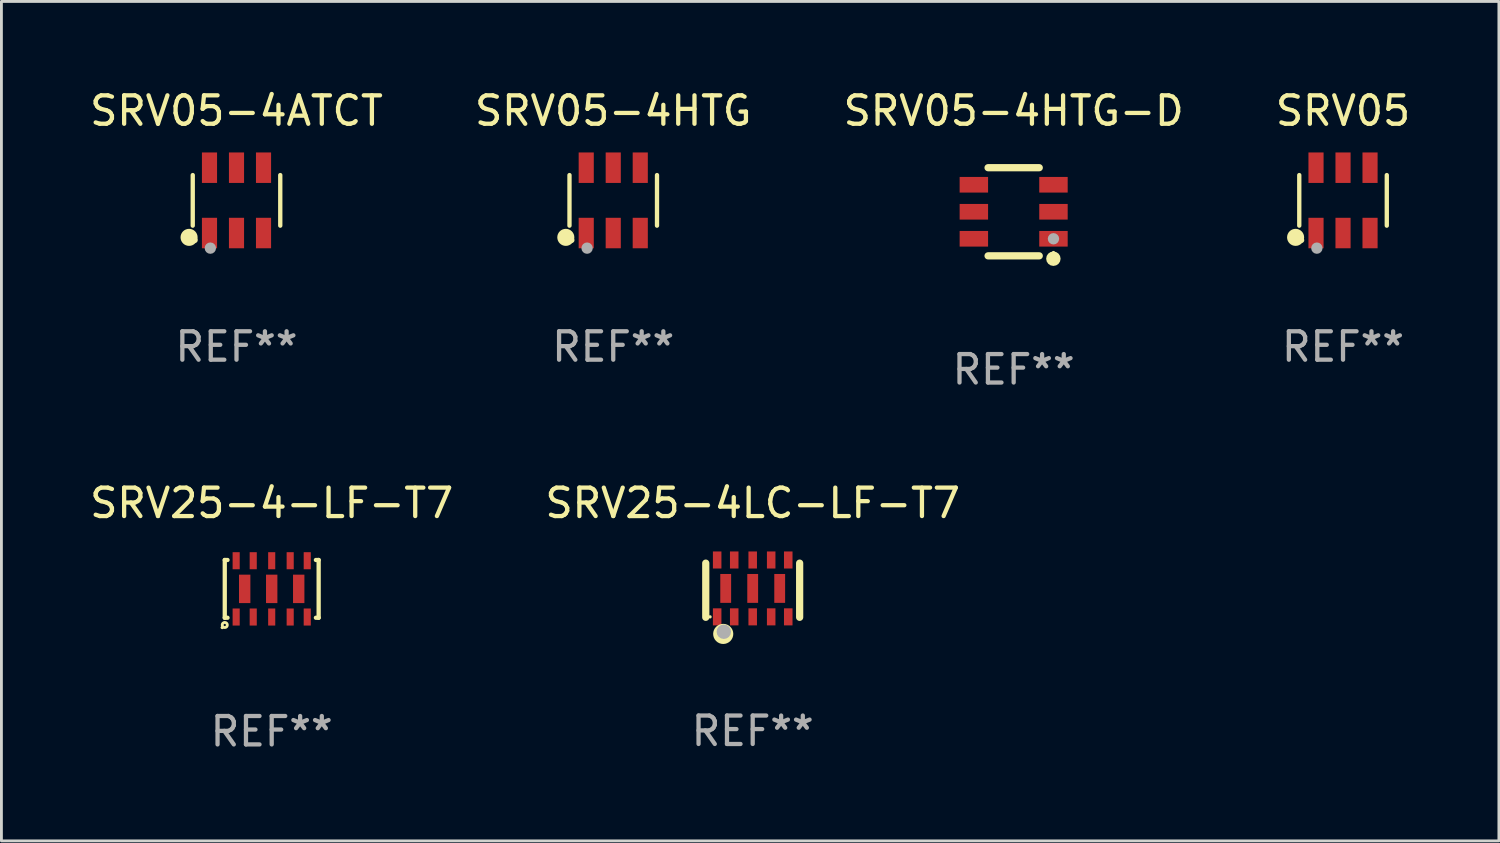
<source format=kicad_pcb>
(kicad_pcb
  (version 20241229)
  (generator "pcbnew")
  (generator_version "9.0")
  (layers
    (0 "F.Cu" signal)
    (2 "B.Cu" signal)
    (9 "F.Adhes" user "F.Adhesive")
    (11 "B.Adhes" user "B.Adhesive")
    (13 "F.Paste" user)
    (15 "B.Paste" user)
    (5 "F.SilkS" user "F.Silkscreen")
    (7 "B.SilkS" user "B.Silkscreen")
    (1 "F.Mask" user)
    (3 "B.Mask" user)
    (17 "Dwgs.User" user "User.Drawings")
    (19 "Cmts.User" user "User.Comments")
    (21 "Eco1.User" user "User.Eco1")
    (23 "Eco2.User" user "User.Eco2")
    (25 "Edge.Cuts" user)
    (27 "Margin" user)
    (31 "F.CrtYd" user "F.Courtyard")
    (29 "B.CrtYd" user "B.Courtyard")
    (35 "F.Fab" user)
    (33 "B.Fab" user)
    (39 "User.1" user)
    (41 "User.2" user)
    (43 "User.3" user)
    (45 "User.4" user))
  (footprint "SRV05-4HTG"
    (layer "F.Cu")
    (at 18.518 3.997)
    (property "Reference" "SRV05-4HTG" (at 0 -3.149 0) (layer "F.SilkS") (effects (font (size 1 1) (thickness 0.15))))
    (attr through_hole)
    (fp_line (start -1.539 0.889) (end -1.539 -0.889) (stroke (width 0.152) (type solid)) (layer "F.SilkS"))
    (fp_line (start 1.539 0.889) (end 1.539 -0.889) (stroke (width 0.152) (type solid)) (layer "F.SilkS"))
    (fp_circle (center -1.668 1.301) (end -1.518 1.301) (stroke (width 0.3) (type solid)) (fill no) (layer "F.SilkS"))
    (fp_circle (center -1.463 1.4) (end -1.413 1.4) (stroke (width 0.1) (type solid)) (fill no) (layer "F.SilkS"))
    (fp_circle (center -0.92 1.68) (end -0.82 1.68) (stroke (width 0.2) (type solid)) (fill no) (layer "F.Fab"))
    (fp_text user "REF**" (at 0 5.149 0) (layer "F.Fab") (effects (font (size 1 1) (thickness 0.15))))
    (pad "1" smd rect (at -0.95 1.149) (size 0.532 1.072) (layers "F.Cu" "F.Mask" "F.Paste"))
    (pad "2" smd rect (at 0 1.149) (size 0.532 1.072) (layers "F.Cu" "F.Mask" "F.Paste"))
    (pad "3" smd rect (at 0.95 1.149) (size 0.532 1.072) (layers "F.Cu" "F.Mask" "F.Paste"))
    (pad "4" smd rect (at 0.95 -1.149) (size 0.532 1.072) (layers "F.Cu" "F.Mask" "F.Paste"))
    (pad "5" smd rect (at 0 -1.149) (size 0.532 1.072) (layers "F.Cu" "F.Mask" "F.Paste"))
    (pad "6" smd rect (at -0.95 -1.149) (size 0.532 1.072) (layers "F.Cu" "F.Mask" "F.Paste")))
  (footprint "SRV05-4HTG-D"
    (layer "F.Cu")
    (at 32.601 4.398)
    (property "Reference" "SRV05-4HTG-D" (at 0 -3.55 0) (layer "F.SilkS") (effects (font (size 1 1) (thickness 0.15))))
    (attr through_hole)
    (fp_line (start -0.9 -1.55) (end 0.9 -1.55) (stroke (width 0.254) (type solid)) (layer "F.SilkS"))
    (fp_line (start -0.9 1.55) (end 0.9 1.55) (stroke (width 0.254) (type solid)) (layer "F.SilkS"))
    (fp_circle (center 1.397 1.651) (end 1.524 1.651) (stroke (width 0.254) (type solid)) (fill no) (layer "F.SilkS"))
    (fp_circle (center 1.4 1.435) (end 1.43 1.435) (stroke (width 0.06) (type solid)) (fill no) (layer "F.SilkS"))
    (fp_circle (center 1.4 0.95) (end 1.5 0.95) (stroke (width 0.2) (type solid)) (fill no) (layer "F.Fab"))
    (fp_text user "REF**" (at 0 5.55 0) (layer "F.Fab") (effects (font (size 1 1) (thickness 0.15))))
    (pad "1" smd rect (at 1.4 0.95) (size 1 0.55) (layers "F.Cu" "F.Mask" "F.Paste"))
    (pad "2" smd rect (at 1.4 -0.000102) (size 1 0.55) (layers "F.Cu" "F.Mask" "F.Paste"))
    (pad "3" smd rect (at 1.4 -0.95) (size 1 0.55) (layers "F.Cu" "F.Mask" "F.Paste"))
    (pad "4" smd rect (at -1.4 -0.95) (size 1 0.55) (layers "F.Cu" "F.Mask" "F.Paste"))
    (pad "5" smd rect (at -1.4 -0.000102) (size 1 0.55) (layers "F.Cu" "F.Mask" "F.Paste"))
    (pad "6" smd rect (at -1.4 0.95) (size 1 0.55) (layers "F.Cu" "F.Mask" "F.Paste")))
  (footprint "SRV05-4ATCT"
    (layer "F.Cu")
    (at 5.268 3.997)
    (property "Reference" "SRV05-4ATCT" (at 0 -3.149 0) (layer "F.SilkS") (effects (font (size 1 1) (thickness 0.15))))
    (attr through_hole)
    (fp_line (start -1.539 0.889) (end -1.539 -0.889) (stroke (width 0.152) (type solid)) (layer "F.SilkS"))
    (fp_line (start 1.539 0.889) (end 1.539 -0.889) (stroke (width 0.152) (type solid)) (layer "F.SilkS"))
    (fp_circle (center -1.668 1.301) (end -1.518 1.301) (stroke (width 0.3) (type solid)) (fill no) (layer "F.SilkS"))
    (fp_circle (center -1.463 1.4) (end -1.413 1.4) (stroke (width 0.1) (type solid)) (fill no) (layer "F.SilkS"))
    (fp_circle (center -0.92 1.68) (end -0.82 1.68) (stroke (width 0.2) (type solid)) (fill no) (layer "F.Fab"))
    (fp_text user "REF**" (at 0 5.149 0) (layer "F.Fab") (effects (font (size 1 1) (thickness 0.15))))
    (pad "1" smd rect (at -0.95 1.149) (size 0.532 1.072) (layers "F.Cu" "F.Mask" "F.Paste"))
    (pad "2" smd rect (at 0 1.149) (size 0.532 1.072) (layers "F.Cu" "F.Mask" "F.Paste"))
    (pad "3" smd rect (at 0.95 1.149) (size 0.532 1.072) (layers "F.Cu" "F.Mask" "F.Paste"))
    (pad "4" smd rect (at 0.95 -1.149) (size 0.532 1.072) (layers "F.Cu" "F.Mask" "F.Paste"))
    (pad "5" smd rect (at 0 -1.149) (size 0.532 1.072) (layers "F.Cu" "F.Mask" "F.Paste"))
    (pad "6" smd rect (at -0.95 -1.149) (size 0.532 1.072) (layers "F.Cu" "F.Mask" "F.Paste")))
  (footprint "SRV25-4LC-LF-T7"
    (layer "F.Cu")
    (at 23.423 17.653)
    (property "Reference" "SRV25-4LC-LF-T7" (at 0 -3.008 0) (layer "F.SilkS") (effects (font (size 1 1) (thickness 0.15))))
    (attr through_hole)
    (fp_line (start -1.651 -0.897) (end -1.651 1.008) (stroke (width 0.254) (type solid)) (layer "F.SilkS"))
    (fp_line (start 1.651 -0.897) (end 1.651 1.008) (stroke (width 0.254) (type solid)) (layer "F.SilkS"))
    (fp_circle (center -1.5 0.992) (end -1.47 0.992) (stroke (width 0.06) (type solid)) (fill no) (layer "F.SilkS"))
    (fp_circle (center -1.037 1.592) (end -0.937 1.592) (stroke (width 0.254) (type solid)) (fill no) (layer "F.SilkS"))
    (fp_circle (center -1.016 1.516) (end -0.889 1.516) (stroke (width 0.254) (type solid)) (fill no) (layer "F.Fab"))
    (fp_text user "REF**" (at 0 5.008 0) (layer "F.Fab") (effects (font (size 1 1) (thickness 0.15))))
    (pad "1" smd rect (at -1.25 0.992) (size 0.3 0.6) (layers "F.Cu" "F.Mask" "F.Paste"))
    (pad "2" smd rect (at -0.65 0.992) (size 0.3 0.6) (layers "F.Cu" "F.Mask" "F.Paste"))
    (pad "3" smd rect (at -0.00014 0.992) (size 0.3 0.6) (layers "F.Cu" "F.Mask" "F.Paste"))
    (pad "4" smd rect (at 0.65 0.992) (size 0.3 0.6) (layers "F.Cu" "F.Mask" "F.Paste"))
    (pad "5" smd rect (at 1.25 0.992) (size 0.3 0.6) (layers "F.Cu" "F.Mask" "F.Paste"))
    (pad "6" smd rect (at 1.25 -1.008) (size 0.3 0.6) (layers "F.Cu" "F.Mask" "F.Paste"))
    (pad "7" smd rect (at 0.65 -1.008) (size 0.3 0.6) (layers "F.Cu" "F.Mask" "F.Paste"))
    (pad "8" smd rect (at -0.00014 -1.008) (size 0.3 0.6) (layers "F.Cu" "F.Mask" "F.Paste"))
    (pad "9" smd rect (at -0.65 -1.008) (size 0.3 0.6) (layers "F.Cu" "F.Mask" "F.Paste"))
    (pad "10" smd rect (at -1.25 -1.008) (size 0.3 0.6) (layers "F.Cu" "F.Mask" "F.Paste"))
    (pad "11" smd custom (at 0.95 -0.008) (size 0.381 1.016) (layers "F.Cu" "F.Mask" "F.Paste") (options (anchor circle)) (primitives (gr_poly (pts (xy -0.191 -0.508) (xy 0.19 -0.508) (xy 0.19 0.508) (xy -0.191 0.508)) (width 0) (fill yes))))
    (pad "12" smd custom (at 0.000114 -0.008) (size 0.381 1.016) (layers "F.Cu" "F.Mask" "F.Paste") (options (anchor circle)) (primitives (gr_poly (pts (xy -0.191 -0.508) (xy 0.19 -0.508) (xy 0.19 0.508) (xy -0.191 0.508)) (width 0) (fill yes))))
    (pad "13" smd custom (at -0.95 -0.008) (size 0.381 1.016) (layers "F.Cu" "F.Mask" "F.Paste") (options (anchor circle)) (primitives (gr_poly (pts (xy -0.19 -0.508) (xy 0.191 -0.508) (xy 0.191 0.508) (xy -0.19 0.508)) (width 0) (fill yes)))))
  (footprint "SRV25-4-LF-T7"
    (layer "F.Cu")
    (at 6.506 17.661)
    (property "Reference" "SRV25-4-LF-T7" (at 0 -3.016 0) (layer "F.SilkS") (effects (font (size 1 1) (thickness 0.15))))
    (attr through_hole)
    (fp_line (start -1.651 -1.016) (end -1.651 1.016) (stroke (width 0.15) (type solid)) (layer "F.SilkS"))
    (fp_line (start -1.651 1.016) (end -1.554 1.016) (stroke (width 0.15) (type solid)) (layer "F.SilkS"))
    (fp_line (start -1.554 -1.016) (end -1.651 -1.016) (stroke (width 0.15) (type solid)) (layer "F.SilkS"))
    (fp_line (start 1.554 1.016) (end 1.651 1.016) (stroke (width 0.15) (type solid)) (layer "F.SilkS"))
    (fp_line (start 1.651 -1.016) (end 1.554 -1.016) (stroke (width 0.15) (type solid)) (layer "F.SilkS"))
    (fp_line (start 1.651 1.016) (end 1.651 -1.016) (stroke (width 0.15) (type solid)) (layer "F.SilkS"))
    (fp_circle (center -1.741 1.36) (end -1.711 1.36) (stroke (width 0.06) (type solid)) (fill no) (layer "F.SilkS"))
    (fp_circle (center -1.651 1.27) (end -1.611 1.27) (stroke (width 0.1) (type solid)) (fill no) (layer "F.SilkS"))
    (fp_text user "REF**" (at 0 5.016 0) (layer "F.Fab") (effects (font (size 1 1) (thickness 0.15))))
    (pad "1" smd rect (at -1.25 0.99) (size 0.25 0.6) (layers "F.Cu" "F.Mask" "F.Paste"))
    (pad "2" smd rect (at -0.65 0.99) (size 0.25 0.6) (layers "F.Cu" "F.Mask" "F.Paste"))
    (pad "3" smd rect (at 0 0.99) (size 0.25 0.6) (layers "F.Cu" "F.Mask" "F.Paste"))
    (pad "4" smd rect (at 0.65 0.99) (size 0.25 0.6) (layers "F.Cu" "F.Mask" "F.Paste"))
    (pad "5" smd rect (at 1.25 0.99) (size 0.25 0.6) (layers "F.Cu" "F.Mask" "F.Paste"))
    (pad "6" smd rect (at 1.25 -0.99) (size 0.25 0.6) (layers "F.Cu" "F.Mask" "F.Paste"))
    (pad "7" smd rect (at 0.65 -0.99) (size 0.25 0.6) (layers "F.Cu" "F.Mask" "F.Paste"))
    (pad "8" smd rect (at 0 -0.99) (size 0.25 0.6) (layers "F.Cu" "F.Mask" "F.Paste"))
    (pad "9" smd rect (at -0.65 -0.99) (size 0.25 0.6) (layers "F.Cu" "F.Mask" "F.Paste"))
    (pad "10" smd rect (at -1.25 -0.99) (size 0.25 0.6) (layers "F.Cu" "F.Mask" "F.Paste"))
    (pad "11" smd rect (at -0.95 0) (size 0.4 1) (layers "F.Cu" "F.Mask" "F.Paste"))
    (pad "12" smd rect (at 0 0) (size 0.4 1) (layers "F.Cu" "F.Mask" "F.Paste"))
    (pad "13" smd rect (at 0.95 0) (size 0.4 1) (layers "F.Cu" "F.Mask" "F.Paste")))
  (footprint "SRV05"
    (layer "F.Cu")
    (at 44.185 3.997)
    (property "Reference" "SRV05" (at 0 -3.149 0) (layer "F.SilkS") (effects (font (size 1 1) (thickness 0.15))))
    (attr through_hole)
    (fp_line (start -1.539 0.889) (end -1.539 -0.889) (stroke (width 0.152) (type solid)) (layer "F.SilkS"))
    (fp_line (start 1.539 0.889) (end 1.539 -0.889) (stroke (width 0.152) (type solid)) (layer "F.SilkS"))
    (fp_circle (center -1.668 1.301) (end -1.518 1.301) (stroke (width 0.3) (type solid)) (fill no) (layer "F.SilkS"))
    (fp_circle (center -1.463 1.4) (end -1.413 1.4) (stroke (width 0.1) (type solid)) (fill no) (layer "F.SilkS"))
    (fp_circle (center -0.92 1.68) (end -0.82 1.68) (stroke (width 0.2) (type solid)) (fill no) (layer "F.Fab"))
    (fp_text user "REF**" (at 0 5.149 0) (layer "F.Fab") (effects (font (size 1 1) (thickness 0.15))))
    (pad "1" smd rect (at -0.95 1.149) (size 0.532 1.072) (layers "F.Cu" "F.Mask" "F.Paste"))
    (pad "2" smd rect (at 0 1.149) (size 0.532 1.072) (layers "F.Cu" "F.Mask" "F.Paste"))
    (pad "3" smd rect (at 0.95 1.149) (size 0.532 1.072) (layers "F.Cu" "F.Mask" "F.Paste"))
    (pad "4" smd rect (at 0.95 -1.149) (size 0.532 1.072) (layers "F.Cu" "F.Mask" "F.Paste"))
    (pad "5" smd rect (at 0 -1.149) (size 0.532 1.072) (layers "F.Cu" "F.Mask" "F.Paste"))
    (pad "6" smd rect (at -0.95 -1.149) (size 0.532 1.072) (layers "F.Cu" "F.Mask" "F.Paste")))
  (gr_rect
    (start -3 -3)
    (end 49.667 26.525)
    (stroke (width 0.1) (type default))
    (fill no)
    (layer "Edge.Cuts")))
</source>
